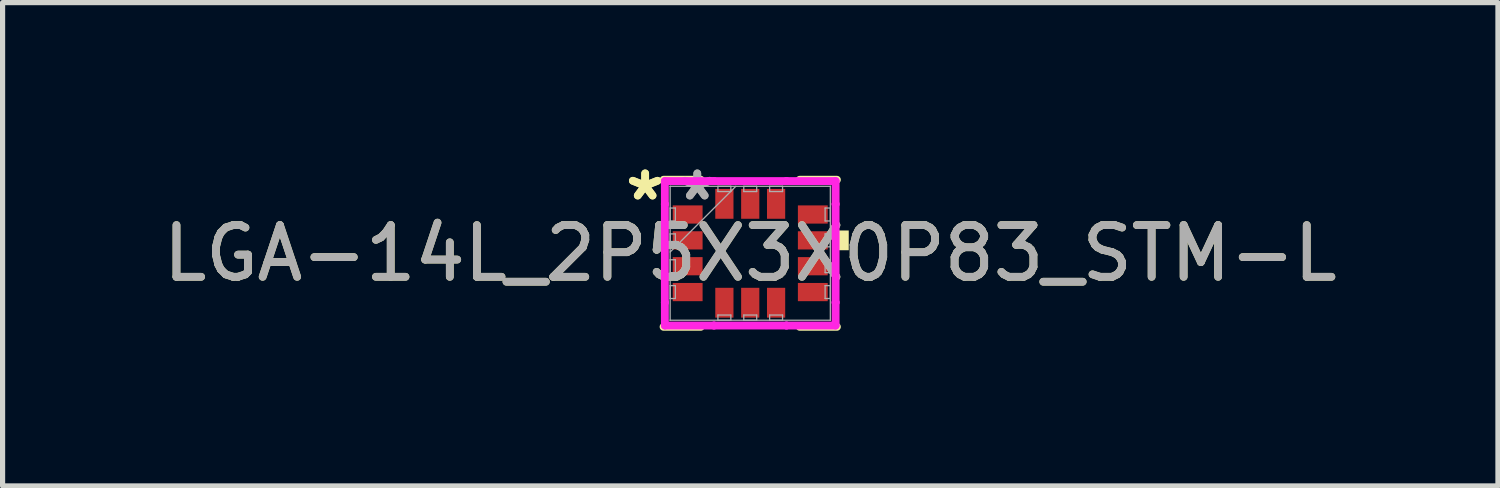
<source format=kicad_pcb>
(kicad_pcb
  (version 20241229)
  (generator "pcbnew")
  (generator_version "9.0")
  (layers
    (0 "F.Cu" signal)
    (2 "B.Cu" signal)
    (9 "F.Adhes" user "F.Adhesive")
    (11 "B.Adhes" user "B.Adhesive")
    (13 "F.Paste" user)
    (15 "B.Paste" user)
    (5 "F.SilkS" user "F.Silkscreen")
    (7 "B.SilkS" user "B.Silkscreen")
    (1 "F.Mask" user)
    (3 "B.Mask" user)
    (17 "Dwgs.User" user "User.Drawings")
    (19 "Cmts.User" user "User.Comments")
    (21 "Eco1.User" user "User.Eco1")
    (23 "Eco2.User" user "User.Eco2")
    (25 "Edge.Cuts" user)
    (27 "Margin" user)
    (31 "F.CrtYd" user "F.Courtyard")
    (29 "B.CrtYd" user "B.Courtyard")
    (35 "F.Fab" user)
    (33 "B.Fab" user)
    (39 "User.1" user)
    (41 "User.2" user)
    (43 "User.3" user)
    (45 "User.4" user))
  (footprint "LGA-14L_2P5X3X0P83_STM-L"
    (layer "F.Cu")
    (at 11.458 1.848)
    (property "Reference" "LGA-14L_2P5X3X0P83_STM-L" (at 0 0 0) (unlocked yes) (layer "F.SilkS") (effects (font (size 1 1) (thickness 0.15))))
    (attr smd)
    (fp_line (start -1.676 1.422) (end -0.957 1.422) (stroke (width 0.152) (type solid)) (layer "F.SilkS"))
    (fp_line (start -0.957 -1.422) (end -1.676 -1.422) (stroke (width 0.152) (type solid)) (layer "F.SilkS"))
    (fp_line (start 0.957 1.422) (end 1.676 1.422) (stroke (width 0.152) (type solid)) (layer "F.SilkS"))
    (fp_line (start 1.676 -1.422) (end 0.957 -1.422) (stroke (width 0.152) (type solid)) (layer "F.SilkS"))
    (fp_poly (pts (xy 1.905 -0.441) (xy 1.905 -0.059) (xy 1.651 -0.059) (xy 1.651 -0.441)) (stroke (width 0) (type solid)) (fill yes) (layer "F.SilkS"))
    (fp_line (start -1.651 -1.397) (end -0.701 -1.397) (stroke (width 0.152) (type solid)) (layer "F.CrtYd"))
    (fp_line (start -1.651 -0.951) (end -1.651 -1.397) (stroke (width 0.152) (type solid)) (layer "F.CrtYd"))
    (fp_line (start -1.651 -0.951) (end -1.651 -0.951) (stroke (width 0.152) (type solid)) (layer "F.CrtYd"))
    (fp_line (start -1.651 0.951) (end -1.651 -0.951) (stroke (width 0.152) (type solid)) (layer "F.CrtYd"))
    (fp_line (start -1.651 0.951) (end -1.651 0.951) (stroke (width 0.152) (type solid)) (layer "F.CrtYd"))
    (fp_line (start -1.651 1.397) (end -1.651 0.951) (stroke (width 0.152) (type solid)) (layer "F.CrtYd"))
    (fp_line (start -0.701 -1.397) (end -0.701 -1.397) (stroke (width 0.152) (type solid)) (layer "F.CrtYd"))
    (fp_line (start -0.701 -1.397) (end 0.701 -1.397) (stroke (width 0.152) (type solid)) (layer "F.CrtYd"))
    (fp_line (start -0.701 1.397) (end -1.651 1.397) (stroke (width 0.152) (type solid)) (layer "F.CrtYd"))
    (fp_line (start -0.701 1.397) (end -0.701 1.397) (stroke (width 0.152) (type solid)) (layer "F.CrtYd"))
    (fp_line (start 0.701 -1.397) (end 0.701 -1.397) (stroke (width 0.152) (type solid)) (layer "F.CrtYd"))
    (fp_line (start 0.701 -1.397) (end 1.651 -1.397) (stroke (width 0.152) (type solid)) (layer "F.CrtYd"))
    (fp_line (start 0.701 1.397) (end -0.701 1.397) (stroke (width 0.152) (type solid)) (layer "F.CrtYd"))
    (fp_line (start 0.701 1.397) (end 0.701 1.397) (stroke (width 0.152) (type solid)) (layer "F.CrtYd"))
    (fp_line (start 1.651 -1.397) (end 1.651 -0.951) (stroke (width 0.152) (type solid)) (layer "F.CrtYd"))
    (fp_line (start 1.651 -0.951) (end 1.651 -0.951) (stroke (width 0.152) (type solid)) (layer "F.CrtYd"))
    (fp_line (start 1.651 -0.951) (end 1.651 0.951) (stroke (width 0.152) (type solid)) (layer "F.CrtYd"))
    (fp_line (start 1.651 0.951) (end 1.651 0.951) (stroke (width 0.152) (type solid)) (layer "F.CrtYd"))
    (fp_line (start 1.651 0.951) (end 1.651 1.397) (stroke (width 0.152) (type solid)) (layer "F.CrtYd"))
    (fp_line (start 1.651 1.397) (end 0.701 1.397) (stroke (width 0.152) (type solid)) (layer "F.CrtYd"))
    (fp_line (start -1.549 -1.295) (end -1.549 -1.295) (stroke (width 0.025) (type solid)) (layer "F.Fab"))
    (fp_line (start -1.549 -1.295) (end -1.549 1.295) (stroke (width 0.025) (type solid)) (layer "F.Fab"))
    (fp_line (start -1.549 -0.875) (end -1.448 -0.875) (stroke (width 0.025) (type solid)) (layer "F.Fab"))
    (fp_line (start -1.549 -0.625) (end -1.549 -0.875) (stroke (width 0.025) (type solid)) (layer "F.Fab"))
    (fp_line (start -1.549 -0.375) (end -1.448 -0.375) (stroke (width 0.025) (type solid)) (layer "F.Fab"))
    (fp_line (start -1.549 -0.125) (end -1.549 -0.375) (stroke (width 0.025) (type solid)) (layer "F.Fab"))
    (fp_line (start -1.549 -0.025) (end -0.279 -1.295) (stroke (width 0.025) (type solid)) (layer "F.Fab"))
    (fp_line (start -1.549 0.125) (end -1.448 0.125) (stroke (width 0.025) (type solid)) (layer "F.Fab"))
    (fp_line (start -1.549 0.375) (end -1.549 0.125) (stroke (width 0.025) (type solid)) (layer "F.Fab"))
    (fp_line (start -1.549 0.625) (end -1.448 0.625) (stroke (width 0.025) (type solid)) (layer "F.Fab"))
    (fp_line (start -1.549 0.875) (end -1.549 0.625) (stroke (width 0.025) (type solid)) (layer "F.Fab"))
    (fp_line (start -1.549 1.295) (end -1.549 1.295) (stroke (width 0.025) (type solid)) (layer "F.Fab"))
    (fp_line (start -1.549 1.295) (end 1.549 1.295) (stroke (width 0.025) (type solid)) (layer "F.Fab"))
    (fp_line (start -1.448 -0.875) (end -1.448 -0.625) (stroke (width 0.025) (type solid)) (layer "F.Fab"))
    (fp_line (start -1.448 -0.625) (end -1.549 -0.625) (stroke (width 0.025) (type solid)) (layer "F.Fab"))
    (fp_line (start -1.448 -0.375) (end -1.448 -0.125) (stroke (width 0.025) (type solid)) (layer "F.Fab"))
    (fp_line (start -1.448 -0.125) (end -1.549 -0.125) (stroke (width 0.025) (type solid)) (layer "F.Fab"))
    (fp_line (start -1.448 0.125) (end -1.448 0.375) (stroke (width 0.025) (type solid)) (layer "F.Fab"))
    (fp_line (start -1.448 0.375) (end -1.549 0.375) (stroke (width 0.025) (type solid)) (layer "F.Fab"))
    (fp_line (start -1.448 0.625) (end -1.448 0.875) (stroke (width 0.025) (type solid)) (layer "F.Fab"))
    (fp_line (start -1.448 0.875) (end -1.549 0.875) (stroke (width 0.025) (type solid)) (layer "F.Fab"))
    (fp_line (start -0.625 -1.295) (end -0.375 -1.295) (stroke (width 0.025) (type solid)) (layer "F.Fab"))
    (fp_line (start -0.625 -1.194) (end -0.625 -1.295) (stroke (width 0.025) (type solid)) (layer "F.Fab"))
    (fp_line (start -0.625 1.194) (end -0.375 1.194) (stroke (width 0.025) (type solid)) (layer "F.Fab"))
    (fp_line (start -0.625 1.295) (end -0.625 1.194) (stroke (width 0.025) (type solid)) (layer "F.Fab"))
    (fp_line (start -0.375 -1.295) (end -0.375 -1.194) (stroke (width 0.025) (type solid)) (layer "F.Fab"))
    (fp_line (start -0.375 -1.194) (end -0.625 -1.194) (stroke (width 0.025) (type solid)) (layer "F.Fab"))
    (fp_line (start -0.375 1.194) (end -0.375 1.295) (stroke (width 0.025) (type solid)) (layer "F.Fab"))
    (fp_line (start -0.375 1.295) (end -0.625 1.295) (stroke (width 0.025) (type solid)) (layer "F.Fab"))
    (fp_line (start -0.125 -1.295) (end 0.125 -1.295) (stroke (width 0.025) (type solid)) (layer "F.Fab"))
    (fp_line (start -0.125 -1.194) (end -0.125 -1.295) (stroke (width 0.025) (type solid)) (layer "F.Fab"))
    (fp_line (start -0.125 1.194) (end 0.125 1.194) (stroke (width 0.025) (type solid)) (layer "F.Fab"))
    (fp_line (start -0.125 1.295) (end -0.125 1.194) (stroke (width 0.025) (type solid)) (layer "F.Fab"))
    (fp_line (start 0.125 -1.295) (end 0.125 -1.194) (stroke (width 0.025) (type solid)) (layer "F.Fab"))
    (fp_line (start 0.125 -1.194) (end -0.125 -1.194) (stroke (width 0.025) (type solid)) (layer "F.Fab"))
    (fp_line (start 0.125 1.194) (end 0.125 1.295) (stroke (width 0.025) (type solid)) (layer "F.Fab"))
    (fp_line (start 0.125 1.295) (end -0.125 1.295) (stroke (width 0.025) (type solid)) (layer "F.Fab"))
    (fp_line (start 0.375 -1.295) (end 0.625 -1.295) (stroke (width 0.025) (type solid)) (layer "F.Fab"))
    (fp_line (start 0.375 -1.194) (end 0.375 -1.295) (stroke (width 0.025) (type solid)) (layer "F.Fab"))
    (fp_line (start 0.375 1.194) (end 0.625 1.194) (stroke (width 0.025) (type solid)) (layer "F.Fab"))
    (fp_line (start 0.375 1.295) (end 0.375 1.194) (stroke (width 0.025) (type solid)) (layer "F.Fab"))
    (fp_line (start 0.625 -1.295) (end 0.625 -1.194) (stroke (width 0.025) (type solid)) (layer "F.Fab"))
    (fp_line (start 0.625 -1.194) (end 0.375 -1.194) (stroke (width 0.025) (type solid)) (layer "F.Fab"))
    (fp_line (start 0.625 1.194) (end 0.625 1.295) (stroke (width 0.025) (type solid)) (layer "F.Fab"))
    (fp_line (start 0.625 1.295) (end 0.375 1.295) (stroke (width 0.025) (type solid)) (layer "F.Fab"))
    (fp_line (start 1.448 -0.875) (end 1.549 -0.875) (stroke (width 0.025) (type solid)) (layer "F.Fab"))
    (fp_line (start 1.448 -0.625) (end 1.448 -0.875) (stroke (width 0.025) (type solid)) (layer "F.Fab"))
    (fp_line (start 1.448 -0.375) (end 1.549 -0.375) (stroke (width 0.025) (type solid)) (layer "F.Fab"))
    (fp_line (start 1.448 -0.125) (end 1.448 -0.375) (stroke (width 0.025) (type solid)) (layer "F.Fab"))
    (fp_line (start 1.448 0.125) (end 1.549 0.125) (stroke (width 0.025) (type solid)) (layer "F.Fab"))
    (fp_line (start 1.448 0.375) (end 1.448 0.125) (stroke (width 0.025) (type solid)) (layer "F.Fab"))
    (fp_line (start 1.448 0.625) (end 1.549 0.625) (stroke (width 0.025) (type solid)) (layer "F.Fab"))
    (fp_line (start 1.448 0.875) (end 1.448 0.625) (stroke (width 0.025) (type solid)) (layer "F.Fab"))
    (fp_line (start 1.549 -1.295) (end -1.549 -1.295) (stroke (width 0.025) (type solid)) (layer "F.Fab"))
    (fp_line (start 1.549 -1.295) (end 1.549 -1.295) (stroke (width 0.025) (type solid)) (layer "F.Fab"))
    (fp_line (start 1.549 -0.875) (end 1.549 -0.625) (stroke (width 0.025) (type solid)) (layer "F.Fab"))
    (fp_line (start 1.549 -0.625) (end 1.448 -0.625) (stroke (width 0.025) (type solid)) (layer "F.Fab"))
    (fp_line (start 1.549 -0.375) (end 1.549 -0.125) (stroke (width 0.025) (type solid)) (layer "F.Fab"))
    (fp_line (start 1.549 -0.125) (end 1.448 -0.125) (stroke (width 0.025) (type solid)) (layer "F.Fab"))
    (fp_line (start 1.549 0.125) (end 1.549 0.375) (stroke (width 0.025) (type solid)) (layer "F.Fab"))
    (fp_line (start 1.549 0.375) (end 1.448 0.375) (stroke (width 0.025) (type solid)) (layer "F.Fab"))
    (fp_line (start 1.549 0.625) (end 1.549 0.875) (stroke (width 0.025) (type solid)) (layer "F.Fab"))
    (fp_line (start 1.549 0.875) (end 1.448 0.875) (stroke (width 0.025) (type solid)) (layer "F.Fab"))
    (fp_line (start 1.549 1.295) (end 1.549 -1.295) (stroke (width 0.025) (type solid)) (layer "F.Fab"))
    (fp_line (start 1.549 1.295) (end 1.549 1.295) (stroke (width 0.025) (type solid)) (layer "F.Fab"))
    (fp_text user "*" (at -2.032 -1 0) (layer "F.SilkS") (effects (font (size 1 1) (thickness 0.15))))
    (fp_text user "*" (at -2.032 -1 0) (unlocked yes) (layer "F.SilkS") (effects (font (size 1 1) (thickness 0.15))))
    (fp_text user "*" (at -1.024 -1 0) (layer "F.Fab") (effects (font (size 1 1) (thickness 0.15))))
    (fp_text user "${REFERENCE}" (at 0 0 0) (unlocked yes) (layer "F.Fab") (effects (font (size 1 1) (thickness 0.15))))
    (fp_text user "*" (at -1.024 -1 0) (unlocked yes) (layer "F.Fab") (effects (font (size 1 1) (thickness 0.15))))
    (pad "1" smd rect (at -1.21 -0.75 90) (size 0.352 0.577) (layers "F.Cu" "F.Mask" "F.Paste"))
    (pad "2" smd rect (at -1.21 -0.25 90) (size 0.352 0.577) (layers "F.Cu" "F.Mask" "F.Paste"))
    (pad "3" smd rect (at -1.21 0.25 90) (size 0.352 0.577) (layers "F.Cu" "F.Mask" "F.Paste"))
    (pad "4" smd rect (at -1.21 0.75 90) (size 0.352 0.577) (layers "F.Cu" "F.Mask" "F.Paste"))
    (pad "5" smd rect (at -0.5 0.956) (size 0.352 0.577) (layers "F.Cu" "F.Mask" "F.Paste"))
    (pad "6" smd rect (at 0 0.956) (size 0.352 0.577) (layers "F.Cu" "F.Mask" "F.Paste"))
    (pad "7" smd rect (at 0.5 0.956) (size 0.352 0.577) (layers "F.Cu" "F.Mask" "F.Paste"))
    (pad "8" smd rect (at 1.21 0.75 90) (size 0.352 0.577) (layers "F.Cu" "F.Mask" "F.Paste"))
    (pad "9" smd rect (at 1.21 0.25 90) (size 0.352 0.577) (layers "F.Cu" "F.Mask" "F.Paste"))
    (pad "10" smd rect (at 1.21 -0.25 90) (size 0.352 0.577) (layers "F.Cu" "F.Mask" "F.Paste"))
    (pad "11" smd rect (at 1.21 -0.75 90) (size 0.352 0.577) (layers "F.Cu" "F.Mask" "F.Paste"))
    (pad "12" smd rect (at 0.5 -0.956) (size 0.352 0.577) (layers "F.Cu" "F.Mask" "F.Paste"))
    (pad "13" smd rect (at 0 -0.956) (size 0.352 0.577) (layers "F.Cu" "F.Mask" "F.Paste"))
    (pad "14" smd rect (at -0.5 -0.956) (size 0.352 0.577) (layers "F.Cu" "F.Mask" "F.Paste")))
  (gr_rect
    (start -3 -3)
    (end 25.917 6.347)
    (stroke (width 0.1) (type default))
    (fill no)
    (layer "Edge.Cuts")))
</source>
